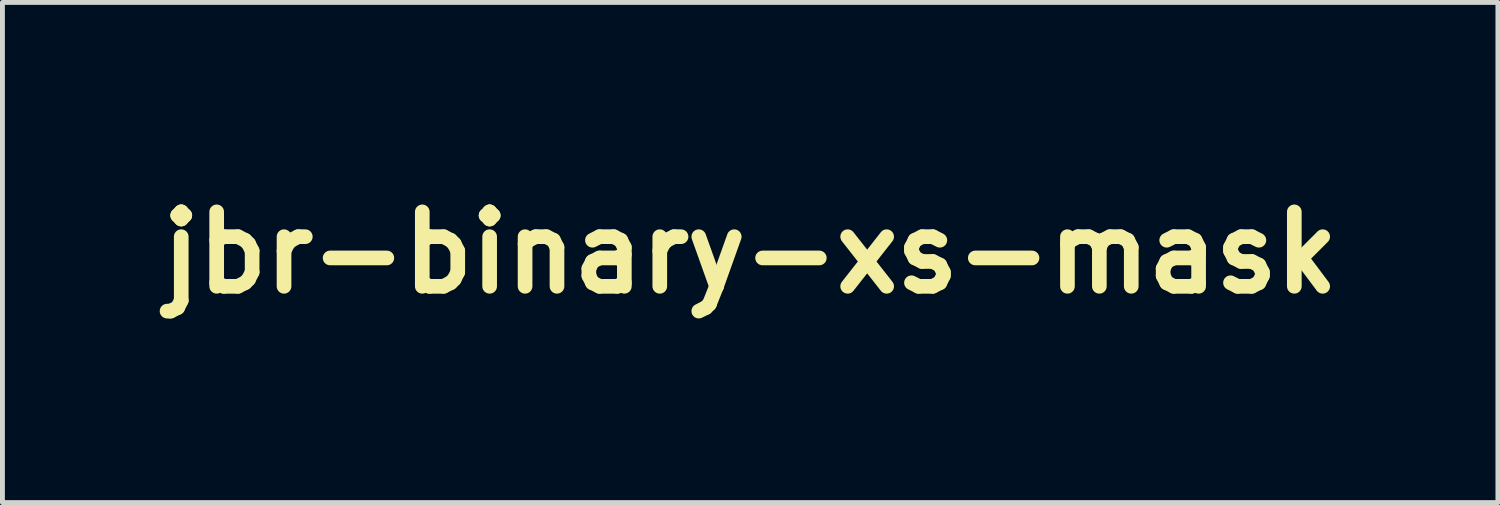
<source format=kicad_pcb>
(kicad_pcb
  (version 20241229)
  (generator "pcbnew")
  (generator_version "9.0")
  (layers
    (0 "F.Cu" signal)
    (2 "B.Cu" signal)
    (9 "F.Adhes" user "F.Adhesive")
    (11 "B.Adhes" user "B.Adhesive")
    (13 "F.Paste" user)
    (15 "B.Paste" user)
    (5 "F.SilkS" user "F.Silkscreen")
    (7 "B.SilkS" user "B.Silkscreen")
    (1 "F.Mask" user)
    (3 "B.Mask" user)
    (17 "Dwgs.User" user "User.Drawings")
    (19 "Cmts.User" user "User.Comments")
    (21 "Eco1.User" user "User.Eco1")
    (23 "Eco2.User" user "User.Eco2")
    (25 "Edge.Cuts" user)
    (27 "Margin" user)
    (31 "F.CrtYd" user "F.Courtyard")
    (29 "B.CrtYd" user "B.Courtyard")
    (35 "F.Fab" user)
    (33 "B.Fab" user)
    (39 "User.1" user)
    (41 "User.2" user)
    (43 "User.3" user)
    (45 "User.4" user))
  (footprint "jbr-binary-xs-mask"
    (layer "F.Cu")
    (at 12.308 2.122)
    (property "Reference" "jbr-binary-xs-mask" (at 0 0 0) (layer "F.SilkS") (effects (font (size 1.524 1.524) (thickness 0.3))))
    (attr through_hole)
    (fp_poly (pts (xy 0.186 -2.097) (xy 0.187 -2.087) (xy 0.19 -2.071) (xy 0.194 -2.049) (xy 0.198 -2.022) (xy 0.203 -1.991) (xy 0.208 -1.959) (xy 0.209 -1.949) (xy 0.219 -1.89) (xy 0.227 -1.838) (xy 0.235 -1.792) (xy 0.243 -1.753) (xy 0.249 -1.722) (xy 0.255 -1.698) (xy 0.256 -1.694) (xy 0.266 -1.673) (xy 0.282 -1.655) (xy 0.305 -1.638) (xy 0.336 -1.622) (xy 0.375 -1.607) (xy 0.406 -1.597) (xy 0.438 -1.59) (xy 0.471 -1.583) (xy 0.505 -1.579) (xy 0.537 -1.576) (xy 0.567 -1.575) (xy 0.592 -1.576) (xy 0.612 -1.579) (xy 0.617 -1.58) (xy 0.624 -1.585) (xy 0.635 -1.595) (xy 0.649 -1.611) (xy 0.668 -1.633) (xy 0.681 -1.649) (xy 0.705 -1.679) (xy 0.73 -1.709) (xy 0.756 -1.74) (xy 0.782 -1.771) (xy 0.807 -1.8) (xy 0.831 -1.828) (xy 0.853 -1.853) (xy 0.873 -1.875) (xy 0.889 -1.892) (xy 0.902 -1.905) (xy 0.91 -1.913) (xy 0.913 -1.914) (xy 0.917 -1.914) (xy 0.922 -1.913) (xy 0.93 -1.91) (xy 0.941 -1.904) (xy 0.956 -1.896) (xy 0.976 -1.884) (xy 1.001 -1.87) (xy 1.031 -1.851) (xy 1.066 -1.829) (xy 1.101 -1.808) (xy 1.132 -1.788) (xy 1.159 -1.771) (xy 1.18 -1.756) (xy 1.197 -1.745) (xy 1.207 -1.737) (xy 1.211 -1.733) (xy 1.21 -1.728) (xy 1.207 -1.715) (xy 1.201 -1.695) (xy 1.192 -1.669) (xy 1.18 -1.634) (xy 1.165 -1.593) (xy 1.147 -1.543) (xy 1.147 -1.541) (xy 1.13 -1.496) (xy 1.116 -1.457) (xy 1.105 -1.426) (xy 1.096 -1.399) (xy 1.089 -1.378) (xy 1.085 -1.36) (xy 1.082 -1.346) (xy 1.082 -1.333) (xy 1.083 -1.322) (xy 1.086 -1.312) (xy 1.09 -1.302) (xy 1.095 -1.291) (xy 1.102 -1.277) (xy 1.102 -1.277) (xy 1.121 -1.244) (xy 1.144 -1.209) (xy 1.171 -1.176) (xy 1.199 -1.144) (xy 1.228 -1.115) (xy 1.257 -1.092) (xy 1.284 -1.074) (xy 1.293 -1.069) (xy 1.323 -1.054) (xy 1.395 -1.083) (xy 1.417 -1.092) (xy 1.443 -1.102) (xy 1.473 -1.113) (xy 1.506 -1.124) (xy 1.539 -1.136) (xy 1.574 -1.148) (xy 1.608 -1.16) (xy 1.64 -1.171) (xy 1.671 -1.181) (xy 1.697 -1.19) (xy 1.72 -1.197) (xy 1.737 -1.202) (xy 1.747 -1.205) (xy 1.75 -1.205) (xy 1.754 -1.201) (xy 1.762 -1.191) (xy 1.772 -1.175) (xy 1.785 -1.154) (xy 1.8 -1.13) (xy 1.816 -1.103) (xy 1.833 -1.075) (xy 1.85 -1.045) (xy 1.867 -1.016) (xy 1.882 -0.988) (xy 1.897 -0.962) (xy 1.909 -0.939) (xy 1.919 -0.919) (xy 1.926 -0.905) (xy 1.929 -0.897) (xy 1.929 -0.895) (xy 1.928 -0.892) (xy 1.925 -0.887) (xy 1.919 -0.881) (xy 1.911 -0.872) (xy 1.898 -0.861) (xy 1.882 -0.846) (xy 1.862 -0.828) (xy 1.836 -0.806) (xy 1.805 -0.78) (xy 1.768 -0.749) (xy 1.762 -0.744) (xy 1.729 -0.716) (xy 1.699 -0.691) (xy 1.671 -0.667) (xy 1.646 -0.646) (xy 1.625 -0.628) (xy 1.608 -0.614) (xy 1.596 -0.604) (xy 1.59 -0.599) (xy 1.589 -0.599) (xy 1.583 -0.591) (xy 1.579 -0.579) (xy 1.576 -0.561) (xy 1.575 -0.536) (xy 1.575 -0.525) (xy 1.576 -0.486) (xy 1.58 -0.446) (xy 1.587 -0.408) (xy 1.595 -0.372) (xy 1.606 -0.339) (xy 1.617 -0.31) (xy 1.63 -0.286) (xy 1.644 -0.269) (xy 1.658 -0.258) (xy 1.662 -0.257) (xy 1.667 -0.256) (xy 1.681 -0.253) (xy 1.7 -0.249) (xy 1.726 -0.245) (xy 1.757 -0.239) (xy 1.792 -0.233) (xy 1.831 -0.226) (xy 1.872 -0.219) (xy 1.888 -0.216) (xy 1.93 -0.209) (xy 1.97 -0.202) (xy 2.006 -0.195) (xy 2.038 -0.189) (xy 2.065 -0.184) (xy 2.087 -0.18) (xy 2.102 -0.178) (xy 2.111 -0.176) (xy 2.112 -0.176) (xy 2.113 -0.174) (xy 2.114 -0.168) (xy 2.115 -0.159) (xy 2.115 -0.145) (xy 2.116 -0.125) (xy 2.116 -0.1) (xy 2.116 -0.068) (xy 2.116 -0.028) (xy 2.116 0.008) (xy 2.115 0.056) (xy 2.115 0.097) (xy 2.114 0.132) (xy 2.113 0.159) (xy 2.112 0.179) (xy 2.111 0.191) (xy 2.11 0.194) (xy 2.105 0.196) (xy 2.093 0.198) (xy 2.074 0.202) (xy 2.048 0.206) (xy 2.018 0.211) (xy 1.984 0.216) (xy 1.945 0.222) (xy 1.905 0.228) (xy 1.896 0.229) (xy 1.855 0.235) (xy 1.816 0.24) (xy 1.78 0.246) (xy 1.748 0.25) (xy 1.721 0.254) (xy 1.699 0.258) (xy 1.685 0.26) (xy 1.677 0.261) (xy 1.677 0.261) (xy 1.665 0.267) (xy 1.651 0.279) (xy 1.638 0.295) (xy 1.625 0.313) (xy 1.62 0.323) (xy 1.608 0.354) (xy 1.597 0.391) (xy 1.589 0.432) (xy 1.584 0.473) (xy 1.581 0.513) (xy 1.582 0.55) (xy 1.583 0.556) (xy 1.586 0.577) (xy 1.589 0.594) (xy 1.594 0.608) (xy 1.602 0.621) (xy 1.614 0.635) (xy 1.629 0.65) (xy 1.651 0.668) (xy 1.662 0.677) (xy 1.687 0.698) (xy 1.714 0.72) (xy 1.742 0.743) (xy 1.77 0.767) (xy 1.799 0.791) (xy 1.826 0.815) (xy 1.852 0.837) (xy 1.875 0.857) (xy 1.895 0.874) (xy 1.912 0.888) (xy 1.923 0.899) (xy 1.93 0.905) (xy 1.93 0.906) (xy 1.928 0.91) (xy 1.922 0.921) (xy 1.914 0.936) (xy 1.902 0.956) (xy 1.889 0.979) (xy 1.883 0.989) (xy 1.865 1.018) (xy 1.847 1.05) (xy 1.828 1.082) (xy 1.811 1.111) (xy 1.797 1.135) (xy 1.781 1.164) (xy 1.768 1.186) (xy 1.758 1.203) (xy 1.75 1.215) (xy 1.745 1.222) (xy 1.741 1.226) (xy 1.739 1.228) (xy 1.738 1.228) (xy 1.734 1.226) (xy 1.722 1.222) (xy 1.704 1.216) (xy 1.681 1.207) (xy 1.653 1.197) (xy 1.621 1.185) (xy 1.586 1.172) (xy 1.567 1.164) (xy 1.53 1.151) (xy 1.496 1.138) (xy 1.464 1.126) (xy 1.435 1.116) (xy 1.412 1.107) (xy 1.394 1.101) (xy 1.382 1.097) (xy 1.379 1.096) (xy 1.355 1.094) (xy 1.326 1.098) (xy 1.295 1.109) (xy 1.261 1.125) (xy 1.227 1.146) (xy 1.192 1.172) (xy 1.158 1.201) (xy 1.125 1.235) (xy 1.121 1.24) (xy 1.107 1.257) (xy 1.094 1.275) (xy 1.084 1.292) (xy 1.083 1.294) (xy 1.079 1.303) (xy 1.075 1.312) (xy 1.074 1.32) (xy 1.074 1.33) (xy 1.076 1.342) (xy 1.08 1.358) (xy 1.086 1.38) (xy 1.094 1.408) (xy 1.108 1.451) (xy 1.125 1.499) (xy 1.145 1.551) (xy 1.168 1.61) (xy 1.188 1.659) (xy 1.199 1.684) (xy 1.208 1.706) (xy 1.215 1.724) (xy 1.22 1.738) (xy 1.223 1.745) (xy 1.223 1.746) (xy 1.218 1.749) (xy 1.207 1.756) (xy 1.19 1.766) (xy 1.169 1.778) (xy 1.145 1.793) (xy 1.118 1.808) (xy 1.089 1.825) (xy 1.059 1.842) (xy 1.03 1.859) (xy 1.001 1.875) (xy 0.975 1.89) (xy 0.951 1.903) (xy 0.932 1.914) (xy 0.917 1.922) (xy 0.908 1.927) (xy 0.906 1.928) (xy 0.902 1.925) (xy 0.893 1.916) (xy 0.879 1.901) (xy 0.862 1.882) (xy 0.841 1.858) (xy 0.818 1.83) (xy 0.791 1.799) (xy 0.763 1.766) (xy 0.757 1.759) (xy 0.728 1.724) (xy 0.7 1.691) (xy 0.675 1.662) (xy 0.653 1.636) (xy 0.634 1.615) (xy 0.619 1.599) (xy 0.609 1.588) (xy 0.603 1.583) (xy 0.603 1.583) (xy 0.592 1.58) (xy 0.574 1.578) (xy 0.551 1.577) (xy 0.525 1.577) (xy 0.497 1.579) (xy 0.47 1.581) (xy 0.445 1.585) (xy 0.442 1.585) (xy 0.403 1.593) (xy 0.366 1.602) (xy 0.334 1.613) (xy 0.308 1.623) (xy 0.305 1.625) (xy 0.3 1.627) (xy 0.295 1.629) (xy 0.291 1.631) (xy 0.288 1.634) (xy 0.285 1.639) (xy 0.282 1.645) (xy 0.279 1.655) (xy 0.275 1.668) (xy 0.272 1.685) (xy 0.267 1.706) (xy 0.262 1.734) (xy 0.256 1.767) (xy 0.249 1.807) (xy 0.241 1.854) (xy 0.237 1.875) (xy 0.23 1.916) (xy 0.223 1.954) (xy 0.217 1.989) (xy 0.211 2.021) (xy 0.206 2.048) (xy 0.202 2.069) (xy 0.2 2.084) (xy 0.199 2.09) (xy 0.194 2.112) (xy 0.008 2.112) (xy -0.039 2.112) (xy -0.077 2.112) (xy -0.109 2.112) (xy -0.134 2.111) (xy -0.153 2.111) (xy -0.166 2.11) (xy -0.175 2.109) (xy -0.179 2.108) (xy -0.18 2.107) (xy -0.181 2.101) (xy -0.184 2.088) (xy -0.187 2.068) (xy -0.192 2.043) (xy -0.197 2.014) (xy -0.202 1.982) (xy -0.208 1.947) (xy -0.214 1.912) (xy -0.22 1.876) (xy -0.225 1.841) (xy -0.231 1.809) (xy -0.235 1.779) (xy -0.239 1.754) (xy -0.241 1.739) (xy -0.246 1.707) (xy -0.251 1.682) (xy -0.254 1.664) (xy -0.258 1.652) (xy -0.261 1.646) (xy -0.261 1.645) (xy -0.283 1.625) (xy -0.312 1.607) (xy -0.347 1.591) (xy -0.385 1.578) (xy -0.427 1.567) (xy -0.47 1.561) (xy -0.514 1.558) (xy -0.52 1.558) (xy -0.56 1.558) (xy -0.576 1.576) (xy -0.583 1.584) (xy -0.595 1.598) (xy -0.611 1.616) (xy -0.628 1.636) (xy -0.647 1.658) (xy -0.652 1.664) (xy -0.674 1.688) (xy -0.698 1.717) (xy -0.725 1.748) (xy -0.752 1.779) (xy -0.778 1.808) (xy -0.787 1.819) (xy -0.808 1.842) (xy -0.827 1.864) (xy -0.844 1.883) (xy -0.858 1.899) (xy -0.868 1.911) (xy -0.873 1.917) (xy -0.881 1.925) (xy -0.886 1.93) (xy -0.887 1.93) (xy -0.892 1.928) (xy -0.903 1.922) (xy -0.919 1.913) (xy -0.94 1.902) (xy -0.964 1.888) (xy -0.991 1.872) (xy -1.02 1.855) (xy -1.049 1.838) (xy -1.079 1.821) (xy -1.107 1.804) (xy -1.134 1.788) (xy -1.158 1.774) (xy -1.178 1.761) (xy -1.193 1.752) (xy -1.203 1.746) (xy -1.206 1.743) (xy -1.205 1.738) (xy -1.201 1.726) (xy -1.194 1.708) (xy -1.186 1.685) (xy -1.176 1.659) (xy -1.165 1.629) (xy -1.153 1.597) (xy -1.141 1.564) (xy -1.128 1.531) (xy -1.116 1.498) (xy -1.104 1.468) (xy -1.093 1.44) (xy -1.084 1.416) (xy -1.076 1.397) (xy -1.075 1.395) (xy -1.064 1.367) (xy -1.056 1.344) (xy -1.052 1.327) (xy -1.05 1.312) (xy -1.052 1.298) (xy -1.056 1.285) (xy -1.064 1.269) (xy -1.064 1.267) (xy -1.083 1.235) (xy -1.107 1.203) (xy -1.134 1.173) (xy -1.164 1.145) (xy -1.195 1.12) (xy -1.227 1.098) (xy -1.258 1.082) (xy -1.287 1.071) (xy -1.313 1.067) (xy -1.316 1.067) (xy -1.323 1.067) (xy -1.332 1.069) (xy -1.342 1.071) (xy -1.355 1.075) (xy -1.37 1.081) (xy -1.39 1.089) (xy -1.413 1.099) (xy -1.442 1.111) (xy -1.476 1.127) (xy -1.516 1.145) (xy -1.562 1.166) (xy -1.606 1.186) (xy -1.633 1.198) (xy -1.657 1.209) (xy -1.678 1.219) (xy -1.694 1.226) (xy -1.704 1.23) (xy -1.708 1.231) (xy -1.711 1.227) (xy -1.717 1.217) (xy -1.727 1.201) (xy -1.74 1.182) (xy -1.754 1.16) (xy -1.77 1.135) (xy -1.786 1.11) (xy -1.802 1.084) (xy -1.818 1.06) (xy -1.832 1.037) (xy -1.844 1.018) (xy -1.854 1.003) (xy -1.855 1.001) (xy -1.871 0.976) (xy -1.882 0.957) (xy -1.89 0.944) (xy -1.895 0.934) (xy -1.897 0.927) (xy -1.897 0.922) (xy -1.896 0.918) (xy -1.895 0.916) (xy -1.892 0.911) (xy -1.885 0.903) (xy -1.874 0.893) (xy -1.859 0.878) (xy -1.84 0.86) (xy -1.815 0.837) (xy -1.786 0.811) (xy -1.751 0.779) (xy -1.71 0.742) (xy -1.689 0.723) (xy -1.663 0.699) (xy -1.638 0.676) (xy -1.616 0.656) (xy -1.597 0.638) (xy -1.582 0.624) (xy -1.572 0.613) (xy -1.567 0.609) (xy -1.561 0.593) (xy -1.558 0.572) (xy -1.558 0.544) (xy -1.562 0.513) (xy -1.568 0.478) (xy -1.578 0.441) (xy -1.59 0.404) (xy -1.604 0.366) (xy -1.62 0.332) (xy -1.628 0.315) (xy -1.637 0.3) (xy -1.643 0.29) (xy -1.646 0.287) (xy -1.652 0.284) (xy -1.666 0.28) (xy -1.686 0.275) (xy -1.711 0.269) (xy -1.741 0.262) (xy -1.759 0.258) (xy -1.793 0.251) (xy -1.833 0.243) (xy -1.876 0.234) (xy -1.92 0.225) (xy -1.961 0.216) (xy -1.988 0.21) (xy -2.11 0.184) (xy -2.111 0.002) (xy -2.111 0.000084) (xy -1.217 0.000084) (xy -1.217 0.037) (xy -1.216 0.072) (xy -1.215 0.105) (xy -1.214 0.132) (xy -1.212 0.154) (xy -1.212 0.159) (xy -1.193 0.264) (xy -1.166 0.365) (xy -1.133 0.462) (xy -1.092 0.554) (xy -1.044 0.642) (xy -0.989 0.726) (xy -0.926 0.806) (xy -0.856 0.882) (xy -0.815 0.922) (xy -0.739 0.986) (xy -0.658 1.044) (xy -0.573 1.095) (xy -0.484 1.138) (xy -0.391 1.175) (xy -0.296 1.203) (xy -0.198 1.224) (xy -0.098 1.237) (xy -0.095 1.238) (xy -0.076 1.239) (xy -0.05 1.239) (xy -0.02 1.24) (xy 0.013 1.239) (xy 0.044 1.239) (xy 0.074 1.238) (xy 0.099 1.237) (xy 0.113 1.236) (xy 0.215 1.222) (xy 0.314 1.201) (xy 0.409 1.172) (xy 0.501 1.135) (xy 0.591 1.091) (xy 0.679 1.038) (xy 0.765 0.977) (xy 0.77 0.974) (xy 0.791 0.956) (xy 0.816 0.934) (xy 0.844 0.908) (xy 0.873 0.88) (xy 0.901 0.851) (xy 0.928 0.823) (xy 0.952 0.797) (xy 0.972 0.774) (xy 0.978 0.766) (xy 1.039 0.681) (xy 1.091 0.593) (xy 1.136 0.502) (xy 1.173 0.407) (xy 1.202 0.31) (xy 1.224 0.209) (xy 1.232 0.15) (xy 1.235 0.124) (xy 1.237 0.091) (xy 1.237 0.054) (xy 1.238 0.014) (xy 1.237 -0.026) (xy 1.236 -0.065) (xy 1.234 -0.1) (xy 1.231 -0.13) (xy 1.23 -0.137) (xy 1.213 -0.239) (xy 1.188 -0.337) (xy 1.155 -0.433) (xy 1.116 -0.524) (xy 1.069 -0.611) (xy 1.016 -0.694) (xy 0.957 -0.772) (xy 0.892 -0.845) (xy 0.822 -0.913) (xy 0.746 -0.974) (xy 0.665 -1.03) (xy 0.579 -1.08) (xy 0.488 -1.122) (xy 0.394 -1.158) (xy 0.295 -1.187) (xy 0.282 -1.19) (xy 0.228 -1.201) (xy 0.167 -1.209) (xy 0.104 -1.215) (xy 0.04 -1.219) (xy -0.023 -1.219) (xy -0.081 -1.217) (xy -0.096 -1.215) (xy -0.199 -1.202) (xy -0.298 -1.181) (xy -0.393 -1.152) (xy -0.486 -1.116) (xy -0.575 -1.072) (xy -0.662 -1.02) (xy -0.675 -1.011) (xy -0.714 -0.984) (xy -0.749 -0.959) (xy -0.78 -0.933) (xy -0.812 -0.906) (xy -0.845 -0.874) (xy -0.86 -0.859) (xy -0.93 -0.784) (xy -0.992 -0.705) (xy -1.047 -0.621) (xy -1.095 -0.533) (xy -1.136 -0.441) (xy -1.169 -0.345) (xy -1.194 -0.245) (xy -1.211 -0.148) (xy -1.213 -0.129) (xy -1.215 -0.103) (xy -1.216 -0.071) (xy -1.217 -0.037) (xy -1.217 0.000084) (xy -2.111 0.000084) (xy -2.113 -0.18) (xy -1.995 -0.198) (xy -1.944 -0.206) (xy -1.896 -0.213) (xy -1.851 -0.219) (xy -1.81 -0.225) (xy -1.773 -0.229) (xy -1.742 -0.233) (xy -1.718 -0.236) (xy -1.7 -0.237) (xy -1.695 -0.237) (xy -1.672 -0.24) (xy -1.651 -0.248) (xy -1.632 -0.263) (xy -1.615 -0.285) (xy -1.599 -0.313) (xy -1.582 -0.35) (xy -1.568 -0.393) (xy -1.558 -0.437) (xy -1.552 -0.48) (xy -1.55 -0.521) (xy -1.551 -0.529) (xy -1.553 -0.553) (xy -1.556 -0.571) (xy -1.562 -0.585) (xy -1.571 -0.597) (xy -1.585 -0.609) (xy -1.597 -0.619) (xy -1.613 -0.631) (xy -1.629 -0.644) (xy -1.647 -0.657) (xy -1.666 -0.673) (xy -1.687 -0.691) (xy -1.712 -0.712) (xy -1.742 -0.738) (xy -1.776 -0.767) (xy -1.809 -0.795) (xy -1.913 -0.886) (xy -1.906 -0.899) (xy -1.901 -0.907) (xy -1.893 -0.92) (xy -1.883 -0.939) (xy -1.87 -0.961) (xy -1.857 -0.985) (xy -1.85 -0.997) (xy -1.825 -1.041) (xy -1.804 -1.077) (xy -1.786 -1.106) (xy -1.771 -1.129) (xy -1.761 -1.143) (xy -1.753 -1.151) (xy -1.751 -1.151) (xy -1.743 -1.151) (xy -1.727 -1.148) (xy -1.705 -1.144) (xy -1.677 -1.139) (xy -1.646 -1.133) (xy -1.611 -1.125) (xy -1.574 -1.118) (xy -1.537 -1.11) (xy -1.498 -1.102) (xy -1.461 -1.094) (xy -1.426 -1.086) (xy -1.394 -1.078) (xy -1.365 -1.072) (xy -1.342 -1.066) (xy -1.324 -1.061) (xy -1.324 -1.061) (xy -1.302 -1.056) (xy -1.285 -1.054) (xy -1.27 -1.055) (xy -1.255 -1.062) (xy -1.237 -1.072) (xy -1.233 -1.075) (xy -1.21 -1.091) (xy -1.185 -1.112) (xy -1.159 -1.136) (xy -1.132 -1.162) (xy -1.108 -1.189) (xy -1.086 -1.214) (xy -1.068 -1.238) (xy -1.055 -1.258) (xy -1.054 -1.26) (xy -1.045 -1.278) (xy -1.107 -1.444) (xy -1.122 -1.483) (xy -1.136 -1.52) (xy -1.149 -1.556) (xy -1.162 -1.59) (xy -1.173 -1.619) (xy -1.182 -1.643) (xy -1.188 -1.661) (xy -1.19 -1.665) (xy -1.21 -1.718) (xy -1.199 -1.728) (xy -1.192 -1.733) (xy -1.18 -1.741) (xy -1.163 -1.752) (xy -1.141 -1.765) (xy -1.116 -1.781) (xy -1.089 -1.797) (xy -1.06 -1.814) (xy -1.031 -1.832) (xy -1.002 -1.849) (xy -0.975 -1.865) (xy -0.95 -1.88) (xy -0.928 -1.893) (xy -0.91 -1.903) (xy -0.897 -1.91) (xy -0.89 -1.913) (xy -0.89 -1.913) (xy -0.886 -1.91) (xy -0.878 -1.901) (xy -0.866 -1.888) (xy -0.849 -1.869) (xy -0.83 -1.848) (xy -0.809 -1.823) (xy -0.786 -1.796) (xy -0.762 -1.768) (xy -0.737 -1.739) (xy -0.712 -1.71) (xy -0.688 -1.681) (xy -0.666 -1.654) (xy -0.645 -1.63) (xy -0.636 -1.618) (xy -0.618 -1.598) (xy -0.604 -1.583) (xy -0.592 -1.572) (xy -0.579 -1.566) (xy -0.564 -1.562) (xy -0.545 -1.561) (xy -0.519 -1.56) (xy -0.508 -1.56) (xy -0.443 -1.565) (xy -0.381 -1.577) (xy -0.323 -1.596) (xy -0.306 -1.603) (xy -0.292 -1.609) (xy -0.282 -1.615) (xy -0.274 -1.622) (xy -0.267 -1.632) (xy -0.262 -1.645) (xy -0.257 -1.663) (xy -0.253 -1.686) (xy -0.247 -1.716) (xy -0.244 -1.738) (xy -0.238 -1.771) (xy -0.231 -1.81) (xy -0.224 -1.852) (xy -0.217 -1.896) (xy -0.209 -1.939) (xy -0.203 -1.978) (xy -0.181 -2.112) (xy -0.168 -2.114) (xy -0.161 -2.115) (xy -0.147 -2.115) (xy -0.126 -2.116) (xy -0.1 -2.116) (xy -0.069 -2.116) (xy -0.034 -2.117) (xy 0.003 -2.117) (xy 0.013 -2.117) (xy 0.181 -2.117) (xy 0.186 -2.097)) (stroke (width 0.01) (type solid)) (fill yes) (layer "F.Mask")))
  (gr_rect
    (start -3 -3)
    (end 27.616 7.239)
    (stroke (width 0.1) (type default))
    (fill no)
    (layer "Edge.Cuts")))
</source>
